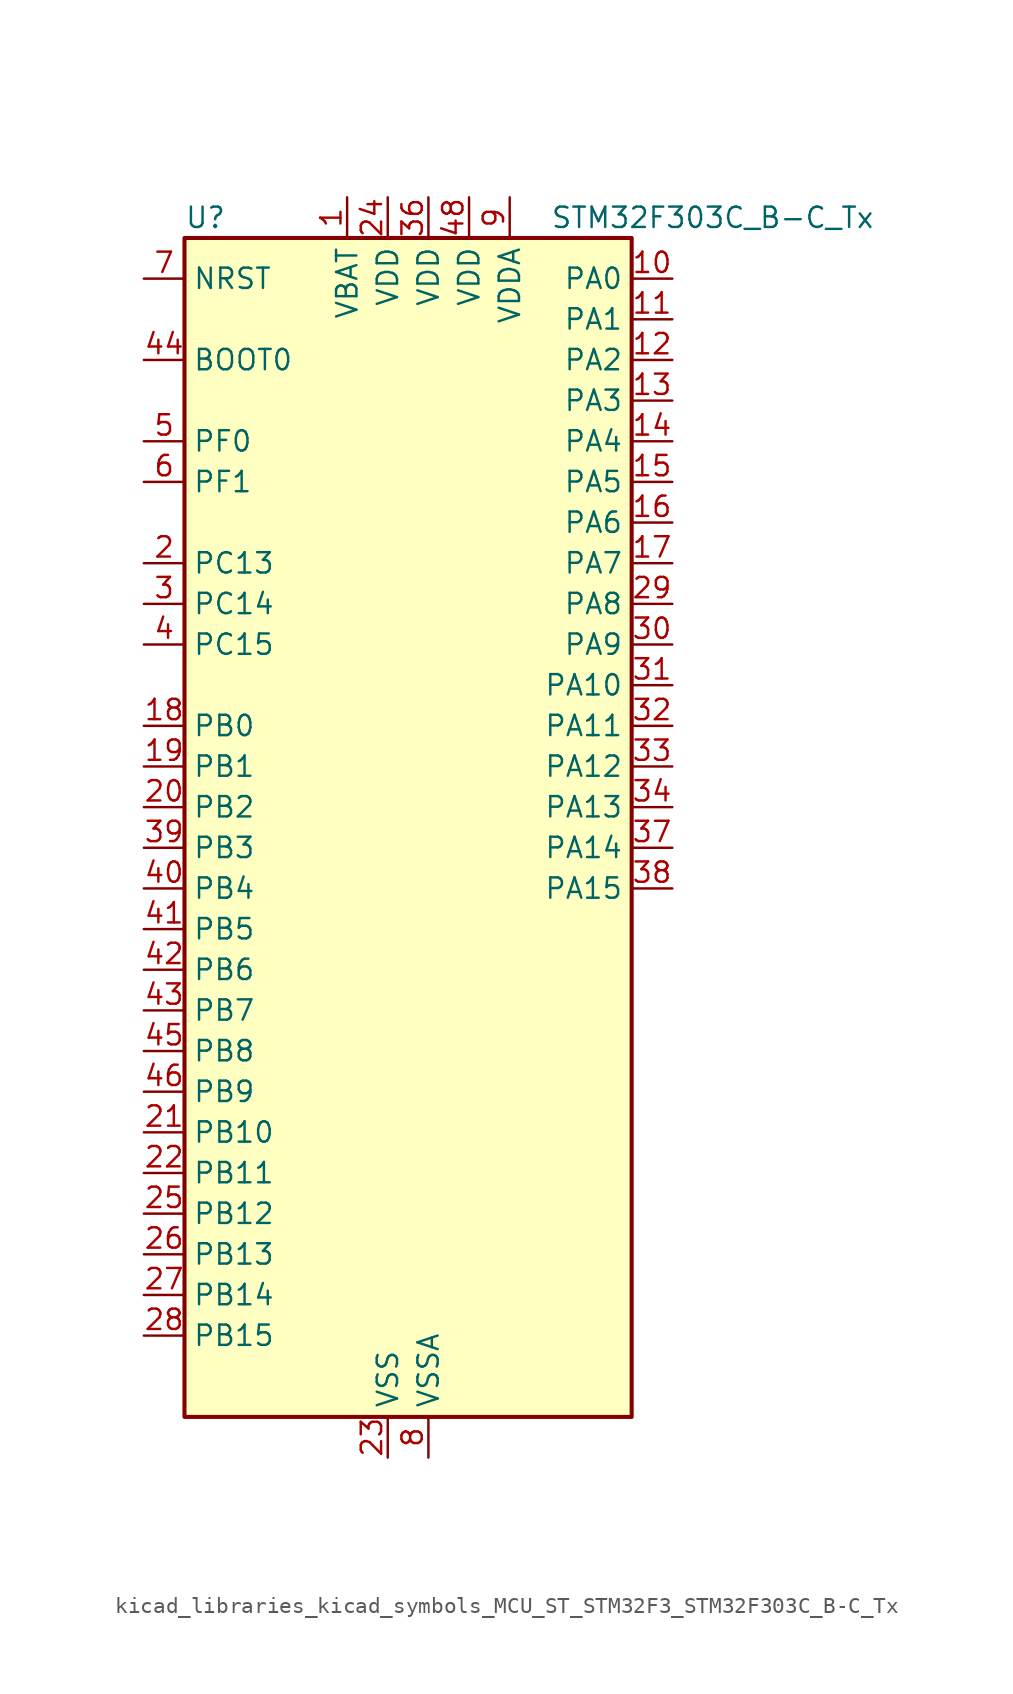
<source format=kicad_sym>
(kicad_symbol_lib
  (version 20220914)
  (generator kicad_symbol_editor)
  (symbol "kicad_libraries_kicad_symbols_MCU_ST_STM32F3_STM32F303C_B-C_Tx"
    (property "Reference" "U"
      (at -12.7 39.37 0)
      (effects (font (size 1.27 1.27)) (justify left)))
    (property "Value" "STM32F303C_B-C_Tx"
      (at 10.16 39.37 0)
      (effects (font (size 1.27 1.27)) (justify left)))
    (property "ki_locked" ""
      (at 0 0 0)
      (effects (font (size 1.27 1.27))))
    (symbol "kicad_libraries_kicad_symbols_MCU_ST_STM32F3_STM32F303C_B-C_Tx_0_1"
      (rectangle (start -12.7 -35.56) (end 15.24 38.1) (stroke (width 0.254) (type default)) (fill (type background))))
    (symbol "kicad_libraries_kicad_symbols_MCU_ST_STM32F3_STM32F303C_B-C_Tx_1_1"
      (pin power_in line (at -2.54 40.64 270) (length 2.54) (name "VBAT" (effects (font (size 1.27 1.27)))) (number "1" (effects (font (size 1.27 1.27)))))
      (pin bidirectional line (at 17.78 35.56 180) (length 2.54) (name "PA0" (effects (font (size 1.27 1.27)))) (number "10" (effects (font (size 1.27 1.27)))) (alternate "ADC1_IN1" bidirectional line) (alternate "COMP1_INM" bidirectional line) (alternate "COMP1_OUT" bidirectional line) (alternate "COMP7_INP" bidirectional line) (alternate "RTC_TAMP2" bidirectional line) (alternate "SYS_WKUP1" bidirectional line) (alternate "TIM2_CH1" bidirectional line) (alternate "TIM2_ETR" bidirectional line) (alternate "TIM8_BKIN" bidirectional line) (alternate "TIM8_ETR" bidirectional line) (alternate "TSC_G1_IO1" bidirectional line) (alternate "USART2_CTS" bidirectional line))
      (pin bidirectional line (at 17.78 33.02 180) (length 2.54) (name "PA1" (effects (font (size 1.27 1.27)))) (number "11" (effects (font (size 1.27 1.27)))) (alternate "ADC1_IN2" bidirectional line) (alternate "COMP1_INP" bidirectional line) (alternate "OPAMP1_VINP" bidirectional line) (alternate "OPAMP1_VINP_SEC" bidirectional line) (alternate "OPAMP3_VINP" bidirectional line) (alternate "OPAMP3_VINP_SEC" bidirectional line) (alternate "RTC_REFIN" bidirectional line) (alternate "TIM15_CH1N" bidirectional line) (alternate "TIM2_CH2" bidirectional line) (alternate "TSC_G1_IO2" bidirectional line) (alternate "USART2_DE" bidirectional line) (alternate "USART2_RTS" bidirectional line))
      (pin bidirectional line (at 17.78 30.48 180) (length 2.54) (name "PA2" (effects (font (size 1.27 1.27)))) (number "12" (effects (font (size 1.27 1.27)))) (alternate "ADC1_IN3" bidirectional line) (alternate "ADC3_EXTI2" bidirectional line) (alternate "ADC4_EXTI2" bidirectional line) (alternate "COMP2_INM" bidirectional line) (alternate "COMP2_OUT" bidirectional line) (alternate "OPAMP1_VOUT" bidirectional line) (alternate "TIM15_CH1" bidirectional line) (alternate "TIM2_CH3" bidirectional line) (alternate "TSC_G1_IO3" bidirectional line) (alternate "USART2_TX" bidirectional line))
      (pin bidirectional line (at 17.78 27.94 180) (length 2.54) (name "PA3" (effects (font (size 1.27 1.27)))) (number "13" (effects (font (size 1.27 1.27)))) (alternate "ADC1_IN4" bidirectional line) (alternate "COMP2_INP" bidirectional line) (alternate "OPAMP1_VINM" bidirectional line) (alternate "OPAMP1_VINM_SEC" bidirectional line) (alternate "OPAMP1_VINP" bidirectional line) (alternate "OPAMP1_VINP_SEC" bidirectional line) (alternate "TIM15_CH2" bidirectional line) (alternate "TIM2_CH4" bidirectional line) (alternate "TSC_G1_IO4" bidirectional line) (alternate "USART2_RX" bidirectional line))
      (pin bidirectional line (at 17.78 25.4 180) (length 2.54) (name "PA4" (effects (font (size 1.27 1.27)))) (number "14" (effects (font (size 1.27 1.27)))) (alternate "ADC2_IN1" bidirectional line) (alternate "COMP1_INM" bidirectional line) (alternate "COMP2_INM" bidirectional line) (alternate "COMP3_INM" bidirectional line) (alternate "COMP4_INM" bidirectional line) (alternate "COMP5_INM" bidirectional line) (alternate "COMP6_INM" bidirectional line) (alternate "COMP7_INM" bidirectional line) (alternate "DAC_OUT1" bidirectional line) (alternate "I2S3_WS" bidirectional line) (alternate "OPAMP4_VINP" bidirectional line) (alternate "OPAMP4_VINP_SEC" bidirectional line) (alternate "SPI1_NSS" bidirectional line) (alternate "SPI3_NSS" bidirectional line) (alternate "TIM3_CH2" bidirectional line) (alternate "TSC_G2_IO1" bidirectional line) (alternate "USART2_CK" bidirectional line))
      (pin bidirectional line (at 17.78 22.86 180) (length 2.54) (name "PA5" (effects (font (size 1.27 1.27)))) (number "15" (effects (font (size 1.27 1.27)))) (alternate "ADC2_IN2" bidirectional line) (alternate "COMP1_INM" bidirectional line) (alternate "COMP2_INM" bidirectional line) (alternate "COMP3_INM" bidirectional line) (alternate "COMP4_INM" bidirectional line) (alternate "COMP5_INM" bidirectional line) (alternate "COMP6_INM" bidirectional line) (alternate "COMP7_INM" bidirectional line) (alternate "DAC_OUT2" bidirectional line) (alternate "OPAMP1_VINP" bidirectional line) (alternate "OPAMP1_VINP_SEC" bidirectional line) (alternate "OPAMP2_VINM" bidirectional line) (alternate "OPAMP2_VINM_SEC" bidirectional line) (alternate "OPAMP3_VINP" bidirectional line) (alternate "OPAMP3_VINP_SEC" bidirectional line) (alternate "SPI1_SCK" bidirectional line) (alternate "TIM2_CH1" bidirectional line) (alternate "TIM2_ETR" bidirectional line) (alternate "TSC_G2_IO2" bidirectional line))
      (pin bidirectional line (at 17.78 20.32 180) (length 2.54) (name "PA6" (effects (font (size 1.27 1.27)))) (number "16" (effects (font (size 1.27 1.27)))) (alternate "ADC2_IN3" bidirectional line) (alternate "COMP1_OUT" bidirectional line) (alternate "OPAMP2_VOUT" bidirectional line) (alternate "SPI1_MISO" bidirectional line) (alternate "TIM16_CH1" bidirectional line) (alternate "TIM1_BKIN" bidirectional line) (alternate "TIM3_CH1" bidirectional line) (alternate "TIM8_BKIN" bidirectional line) (alternate "TSC_G2_IO3" bidirectional line))
      (pin bidirectional line (at 17.78 17.78 180) (length 2.54) (name "PA7" (effects (font (size 1.27 1.27)))) (number "17" (effects (font (size 1.27 1.27)))) (alternate "ADC2_IN4" bidirectional line) (alternate "COMP2_INP" bidirectional line) (alternate "COMP2_OUT" bidirectional line) (alternate "OPAMP1_VINP" bidirectional line) (alternate "OPAMP1_VINP_SEC" bidirectional line) (alternate "OPAMP2_VINP" bidirectional line) (alternate "OPAMP2_VINP_SEC" bidirectional line) (alternate "SPI1_MOSI" bidirectional line) (alternate "TIM17_CH1" bidirectional line) (alternate "TIM1_CH1N" bidirectional line) (alternate "TIM3_CH2" bidirectional line) (alternate "TIM8_CH1N" bidirectional line) (alternate "TSC_G2_IO4" bidirectional line))
      (pin bidirectional line (at -15.24 7.62 0) (length 2.54) (name "PB0" (effects (font (size 1.27 1.27)))) (number "18" (effects (font (size 1.27 1.27)))) (alternate "ADC3_IN12" bidirectional line) (alternate "COMP4_INP" bidirectional line) (alternate "OPAMP2_VINP" bidirectional line) (alternate "OPAMP2_VINP_SEC" bidirectional line) (alternate "OPAMP3_VINP" bidirectional line) (alternate "OPAMP3_VINP_SEC" bidirectional line) (alternate "TIM1_CH2N" bidirectional line) (alternate "TIM3_CH3" bidirectional line) (alternate "TIM8_CH2N" bidirectional line) (alternate "TSC_G3_IO2" bidirectional line))
      (pin bidirectional line (at -15.24 5.08 0) (length 2.54) (name "PB1" (effects (font (size 1.27 1.27)))) (number "19" (effects (font (size 1.27 1.27)))) (alternate "ADC3_IN1" bidirectional line) (alternate "COMP4_OUT" bidirectional line) (alternate "OPAMP3_VOUT" bidirectional line) (alternate "TIM1_CH3N" bidirectional line) (alternate "TIM3_CH4" bidirectional line) (alternate "TIM8_CH3N" bidirectional line) (alternate "TSC_G3_IO3" bidirectional line))
      (pin bidirectional line (at -15.24 17.78 0) (length 2.54) (name "PC13" (effects (font (size 1.27 1.27)))) (number "2" (effects (font (size 1.27 1.27)))) (alternate "RTC_OUT_ALARM" bidirectional line) (alternate "RTC_OUT_CALIB" bidirectional line) (alternate "RTC_TAMP1" bidirectional line) (alternate "RTC_TS" bidirectional line) (alternate "SYS_WKUP2" bidirectional line) (alternate "TIM1_CH1N" bidirectional line))
      (pin bidirectional line (at -15.24 2.54 0) (length 2.54) (name "PB2" (effects (font (size 1.27 1.27)))) (number "20" (effects (font (size 1.27 1.27)))) (alternate "ADC2_IN12" bidirectional line) (alternate "ADC3_EXTI2" bidirectional line) (alternate "ADC4_EXTI2" bidirectional line) (alternate "COMP4_INM" bidirectional line) (alternate "OPAMP3_VINM" bidirectional line) (alternate "OPAMP3_VINM_SEC" bidirectional line) (alternate "TSC_G3_IO4" bidirectional line))
      (pin bidirectional line (at -15.24 -17.78 0) (length 2.54) (name "PB10" (effects (font (size 1.27 1.27)))) (number "21" (effects (font (size 1.27 1.27)))) (alternate "COMP5_INM" bidirectional line) (alternate "OPAMP3_VINM" bidirectional line) (alternate "OPAMP3_VINM_SEC" bidirectional line) (alternate "OPAMP4_VINM" bidirectional line) (alternate "OPAMP4_VINM_SEC" bidirectional line) (alternate "TIM2_CH3" bidirectional line) (alternate "TSC_SYNC" bidirectional line) (alternate "USART3_TX" bidirectional line))
      (pin bidirectional line (at -15.24 -20.32 0) (length 2.54) (name "PB11" (effects (font (size 1.27 1.27)))) (number "22" (effects (font (size 1.27 1.27)))) (alternate "ADC1_EXTI11" bidirectional line) (alternate "ADC2_EXTI11" bidirectional line) (alternate "COMP6_INP" bidirectional line) (alternate "OPAMP4_VINP" bidirectional line) (alternate "OPAMP4_VINP_SEC" bidirectional line) (alternate "TIM2_CH4" bidirectional line) (alternate "TSC_G6_IO1" bidirectional line) (alternate "USART3_RX" bidirectional line))
      (pin power_in line (at 0 -38.1 90) (length 2.54) (name "VSS" (effects (font (size 1.27 1.27)))) (number "23" (effects (font (size 1.27 1.27)))))
      (pin power_in line (at 0 40.64 270) (length 2.54) (name "VDD" (effects (font (size 1.27 1.27)))) (number "24" (effects (font (size 1.27 1.27)))))
      (pin bidirectional line (at -15.24 -22.86 0) (length 2.54) (name "PB12" (effects (font (size 1.27 1.27)))) (number "25" (effects (font (size 1.27 1.27)))) (alternate "ADC4_IN3" bidirectional line) (alternate "COMP3_INM" bidirectional line) (alternate "I2C2_SMBA" bidirectional line) (alternate "I2S2_WS" bidirectional line) (alternate "OPAMP4_VOUT" bidirectional line) (alternate "SPI2_NSS" bidirectional line) (alternate "TIM1_BKIN" bidirectional line) (alternate "TSC_G6_IO2" bidirectional line) (alternate "USART3_CK" bidirectional line))
      (pin bidirectional line (at -15.24 -25.4 0) (length 2.54) (name "PB13" (effects (font (size 1.27 1.27)))) (number "26" (effects (font (size 1.27 1.27)))) (alternate "ADC3_IN5" bidirectional line) (alternate "COMP5_INP" bidirectional line) (alternate "I2S2_CK" bidirectional line) (alternate "OPAMP3_VINP" bidirectional line) (alternate "OPAMP3_VINP_SEC" bidirectional line) (alternate "OPAMP4_VINP" bidirectional line) (alternate "OPAMP4_VINP_SEC" bidirectional line) (alternate "SPI2_SCK" bidirectional line) (alternate "TIM1_CH1N" bidirectional line) (alternate "TSC_G6_IO3" bidirectional line) (alternate "USART3_CTS" bidirectional line))
      (pin bidirectional line (at -15.24 -27.94 0) (length 2.54) (name "PB14" (effects (font (size 1.27 1.27)))) (number "27" (effects (font (size 1.27 1.27)))) (alternate "ADC4_IN4" bidirectional line) (alternate "COMP3_INP" bidirectional line) (alternate "I2S2_ext_SD" bidirectional line) (alternate "OPAMP2_VINP" bidirectional line) (alternate "OPAMP2_VINP_SEC" bidirectional line) (alternate "SPI2_MISO" bidirectional line) (alternate "TIM15_CH1" bidirectional line) (alternate "TIM1_CH2N" bidirectional line) (alternate "TSC_G6_IO4" bidirectional line) (alternate "USART3_DE" bidirectional line) (alternate "USART3_RTS" bidirectional line))
      (pin bidirectional line (at -15.24 -30.48 0) (length 2.54) (name "PB15" (effects (font (size 1.27 1.27)))) (number "28" (effects (font (size 1.27 1.27)))) (alternate "ADC1_EXTI15" bidirectional line) (alternate "ADC2_EXTI15" bidirectional line) (alternate "ADC4_IN5" bidirectional line) (alternate "COMP6_INM" bidirectional line) (alternate "I2S2_SD" bidirectional line) (alternate "RTC_REFIN" bidirectional line) (alternate "SPI2_MOSI" bidirectional line) (alternate "TIM15_CH1N" bidirectional line) (alternate "TIM15_CH2" bidirectional line) (alternate "TIM1_CH3N" bidirectional line))
      (pin bidirectional line (at 17.78 15.24 180) (length 2.54) (name "PA8" (effects (font (size 1.27 1.27)))) (number "29" (effects (font (size 1.27 1.27)))) (alternate "COMP3_OUT" bidirectional line) (alternate "I2C2_SMBA" bidirectional line) (alternate "I2S2_MCK" bidirectional line) (alternate "RCC_MCO" bidirectional line) (alternate "TIM1_CH1" bidirectional line) (alternate "TIM4_ETR" bidirectional line) (alternate "USART1_CK" bidirectional line))
      (pin bidirectional line (at -15.24 15.24 0) (length 2.54) (name "PC14" (effects (font (size 1.27 1.27)))) (number "3" (effects (font (size 1.27 1.27)))) (alternate "RCC_OSC32_IN" bidirectional line))
      (pin bidirectional line (at 17.78 12.7 180) (length 2.54) (name "PA9" (effects (font (size 1.27 1.27)))) (number "30" (effects (font (size 1.27 1.27)))) (alternate "COMP5_OUT" bidirectional line) (alternate "DAC_EXTI9" bidirectional line) (alternate "I2C2_SCL" bidirectional line) (alternate "I2S3_MCK" bidirectional line) (alternate "TIM15_BKIN" bidirectional line) (alternate "TIM1_CH2" bidirectional line) (alternate "TIM2_CH3" bidirectional line) (alternate "TSC_G4_IO1" bidirectional line) (alternate "USART1_TX" bidirectional line))
      (pin bidirectional line (at 17.78 10.16 180) (length 2.54) (name "PA10" (effects (font (size 1.27 1.27)))) (number "31" (effects (font (size 1.27 1.27)))) (alternate "COMP6_OUT" bidirectional line) (alternate "I2C2_SDA" bidirectional line) (alternate "TIM17_BKIN" bidirectional line) (alternate "TIM1_CH3" bidirectional line) (alternate "TIM2_CH4" bidirectional line) (alternate "TIM8_BKIN" bidirectional line) (alternate "TSC_G4_IO2" bidirectional line) (alternate "USART1_RX" bidirectional line))
      (pin bidirectional line (at 17.78 7.62 180) (length 2.54) (name "PA11" (effects (font (size 1.27 1.27)))) (number "32" (effects (font (size 1.27 1.27)))) (alternate "ADC1_EXTI11" bidirectional line) (alternate "ADC2_EXTI11" bidirectional line) (alternate "CAN_RX" bidirectional line) (alternate "COMP1_OUT" bidirectional line) (alternate "TIM1_BKIN2" bidirectional line) (alternate "TIM1_CH1N" bidirectional line) (alternate "TIM1_CH4" bidirectional line) (alternate "TIM4_CH1" bidirectional line) (alternate "USART1_CTS" bidirectional line) (alternate "USB_DM" bidirectional line))
      (pin bidirectional line (at 17.78 5.08 180) (length 2.54) (name "PA12" (effects (font (size 1.27 1.27)))) (number "33" (effects (font (size 1.27 1.27)))) (alternate "CAN_TX" bidirectional line) (alternate "COMP2_OUT" bidirectional line) (alternate "TIM16_CH1" bidirectional line) (alternate "TIM1_CH2N" bidirectional line) (alternate "TIM1_ETR" bidirectional line) (alternate "TIM4_CH2" bidirectional line) (alternate "USART1_DE" bidirectional line) (alternate "USART1_RTS" bidirectional line) (alternate "USB_DP" bidirectional line))
      (pin bidirectional line (at 17.78 2.54 180) (length 2.54) (name "PA13" (effects (font (size 1.27 1.27)))) (number "34" (effects (font (size 1.27 1.27)))) (alternate "IR_OUT" bidirectional line) (alternate "SYS_JTMS-SWDIO" bidirectional line) (alternate "TIM16_CH1N" bidirectional line) (alternate "TIM4_CH3" bidirectional line) (alternate "TSC_G4_IO3" bidirectional line) (alternate "USART3_CTS" bidirectional line))
      (pin passive line (at 0 -38.1 90) (length 2.54) hide (name "VSS" (effects (font (size 1.27 1.27)))) (number "35" (effects (font (size 1.27 1.27)))))
      (pin power_in line (at 2.54 40.64 270) (length 2.54) (name "VDD" (effects (font (size 1.27 1.27)))) (number "36" (effects (font (size 1.27 1.27)))))
      (pin bidirectional line (at 17.78 0 180) (length 2.54) (name "PA14" (effects (font (size 1.27 1.27)))) (number "37" (effects (font (size 1.27 1.27)))) (alternate "I2C1_SDA" bidirectional line) (alternate "SYS_JTCK-SWCLK" bidirectional line) (alternate "TIM1_BKIN" bidirectional line) (alternate "TIM8_CH2" bidirectional line) (alternate "TSC_G4_IO4" bidirectional line) (alternate "USART2_TX" bidirectional line))
      (pin bidirectional line (at 17.78 -2.54 180) (length 2.54) (name "PA15" (effects (font (size 1.27 1.27)))) (number "38" (effects (font (size 1.27 1.27)))) (alternate "ADC1_EXTI15" bidirectional line) (alternate "ADC2_EXTI15" bidirectional line) (alternate "I2C1_SCL" bidirectional line) (alternate "I2S3_WS" bidirectional line) (alternate "SPI1_NSS" bidirectional line) (alternate "SPI3_NSS" bidirectional line) (alternate "SYS_JTDI" bidirectional line) (alternate "TIM1_BKIN" bidirectional line) (alternate "TIM2_CH1" bidirectional line) (alternate "TIM2_ETR" bidirectional line) (alternate "TIM8_CH1" bidirectional line) (alternate "USART2_RX" bidirectional line))
      (pin bidirectional line (at -15.24 0 0) (length 2.54) (name "PB3" (effects (font (size 1.27 1.27)))) (number "39" (effects (font (size 1.27 1.27)))) (alternate "I2S3_CK" bidirectional line) (alternate "SPI1_SCK" bidirectional line) (alternate "SPI3_SCK" bidirectional line) (alternate "SYS_JTDO-TRACESWO" bidirectional line) (alternate "TIM2_CH2" bidirectional line) (alternate "TIM3_ETR" bidirectional line) (alternate "TIM4_ETR" bidirectional line) (alternate "TIM8_CH1N" bidirectional line) (alternate "TSC_G5_IO1" bidirectional line) (alternate "USART2_TX" bidirectional line))
      (pin bidirectional line (at -15.24 12.7 0) (length 2.54) (name "PC15" (effects (font (size 1.27 1.27)))) (number "4" (effects (font (size 1.27 1.27)))) (alternate "ADC1_EXTI15" bidirectional line) (alternate "ADC2_EXTI15" bidirectional line) (alternate "RCC_OSC32_OUT" bidirectional line))
      (pin bidirectional line (at -15.24 -2.54 0) (length 2.54) (name "PB4" (effects (font (size 1.27 1.27)))) (number "40" (effects (font (size 1.27 1.27)))) (alternate "I2S3_ext_SD" bidirectional line) (alternate "SPI1_MISO" bidirectional line) (alternate "SPI3_MISO" bidirectional line) (alternate "SYS_NJTRST" bidirectional line) (alternate "TIM16_CH1" bidirectional line) (alternate "TIM17_BKIN" bidirectional line) (alternate "TIM3_CH1" bidirectional line) (alternate "TIM8_CH2N" bidirectional line) (alternate "TSC_G5_IO2" bidirectional line) (alternate "USART2_RX" bidirectional line))
      (pin bidirectional line (at -15.24 -5.08 0) (length 2.54) (name "PB5" (effects (font (size 1.27 1.27)))) (number "41" (effects (font (size 1.27 1.27)))) (alternate "I2C1_SMBA" bidirectional line) (alternate "I2S3_SD" bidirectional line) (alternate "SPI1_MOSI" bidirectional line) (alternate "SPI3_MOSI" bidirectional line) (alternate "TIM16_BKIN" bidirectional line) (alternate "TIM17_CH1" bidirectional line) (alternate "TIM3_CH2" bidirectional line) (alternate "TIM8_CH3N" bidirectional line) (alternate "USART2_CK" bidirectional line))
      (pin bidirectional line (at -15.24 -7.62 0) (length 2.54) (name "PB6" (effects (font (size 1.27 1.27)))) (number "42" (effects (font (size 1.27 1.27)))) (alternate "I2C1_SCL" bidirectional line) (alternate "TIM16_CH1N" bidirectional line) (alternate "TIM4_CH1" bidirectional line) (alternate "TIM8_BKIN2" bidirectional line) (alternate "TIM8_CH1" bidirectional line) (alternate "TIM8_ETR" bidirectional line) (alternate "TSC_G5_IO3" bidirectional line) (alternate "USART1_TX" bidirectional line))
      (pin bidirectional line (at -15.24 -10.16 0) (length 2.54) (name "PB7" (effects (font (size 1.27 1.27)))) (number "43" (effects (font (size 1.27 1.27)))) (alternate "I2C1_SDA" bidirectional line) (alternate "TIM17_CH1N" bidirectional line) (alternate "TIM3_CH4" bidirectional line) (alternate "TIM4_CH2" bidirectional line) (alternate "TIM8_BKIN" bidirectional line) (alternate "TSC_G5_IO4" bidirectional line) (alternate "USART1_RX" bidirectional line))
      (pin input line (at -15.24 30.48 0) (length 2.54) (name "BOOT0" (effects (font (size 1.27 1.27)))) (number "44" (effects (font (size 1.27 1.27)))))
      (pin bidirectional line (at -15.24 -12.7 0) (length 2.54) (name "PB8" (effects (font (size 1.27 1.27)))) (number "45" (effects (font (size 1.27 1.27)))) (alternate "CAN_RX" bidirectional line) (alternate "COMP1_OUT" bidirectional line) (alternate "I2C1_SCL" bidirectional line) (alternate "TIM16_CH1" bidirectional line) (alternate "TIM1_BKIN" bidirectional line) (alternate "TIM4_CH3" bidirectional line) (alternate "TIM8_CH2" bidirectional line) (alternate "TSC_SYNC" bidirectional line))
      (pin bidirectional line (at -15.24 -15.24 0) (length 2.54) (name "PB9" (effects (font (size 1.27 1.27)))) (number "46" (effects (font (size 1.27 1.27)))) (alternate "CAN_TX" bidirectional line) (alternate "COMP2_OUT" bidirectional line) (alternate "DAC_EXTI9" bidirectional line) (alternate "I2C1_SDA" bidirectional line) (alternate "IR_OUT" bidirectional line) (alternate "TIM17_CH1" bidirectional line) (alternate "TIM4_CH4" bidirectional line) (alternate "TIM8_CH3" bidirectional line))
      (pin passive line (at 0 -38.1 90) (length 2.54) hide (name "VSS" (effects (font (size 1.27 1.27)))) (number "47" (effects (font (size 1.27 1.27)))))
      (pin power_in line (at 5.08 40.64 270) (length 2.54) (name "VDD" (effects (font (size 1.27 1.27)))) (number "48" (effects (font (size 1.27 1.27)))))
      (pin bidirectional line (at -15.24 25.4 0) (length 2.54) (name "PF0" (effects (font (size 1.27 1.27)))) (number "5" (effects (font (size 1.27 1.27)))) (alternate "I2C2_SDA" bidirectional line) (alternate "RCC_OSC_IN" bidirectional line) (alternate "TIM1_CH3N" bidirectional line))
      (pin bidirectional line (at -15.24 22.86 0) (length 2.54) (name "PF1" (effects (font (size 1.27 1.27)))) (number "6" (effects (font (size 1.27 1.27)))) (alternate "I2C2_SCL" bidirectional line) (alternate "RCC_OSC_OUT" bidirectional line))
      (pin input line (at -15.24 35.56 0) (length 2.54) (name "NRST" (effects (font (size 1.27 1.27)))) (number "7" (effects (font (size 1.27 1.27)))))
      (pin power_in line (at 2.54 -38.1 90) (length 2.54) (name "VSSA" (effects (font (size 1.27 1.27)))) (number "8" (effects (font (size 1.27 1.27)))))
      (pin power_in line (at 7.62 40.64 270) (length 2.54) (name "VDDA" (effects (font (size 1.27 1.27)))) (number "9" (effects (font (size 1.27 1.27))))))))
</source>
